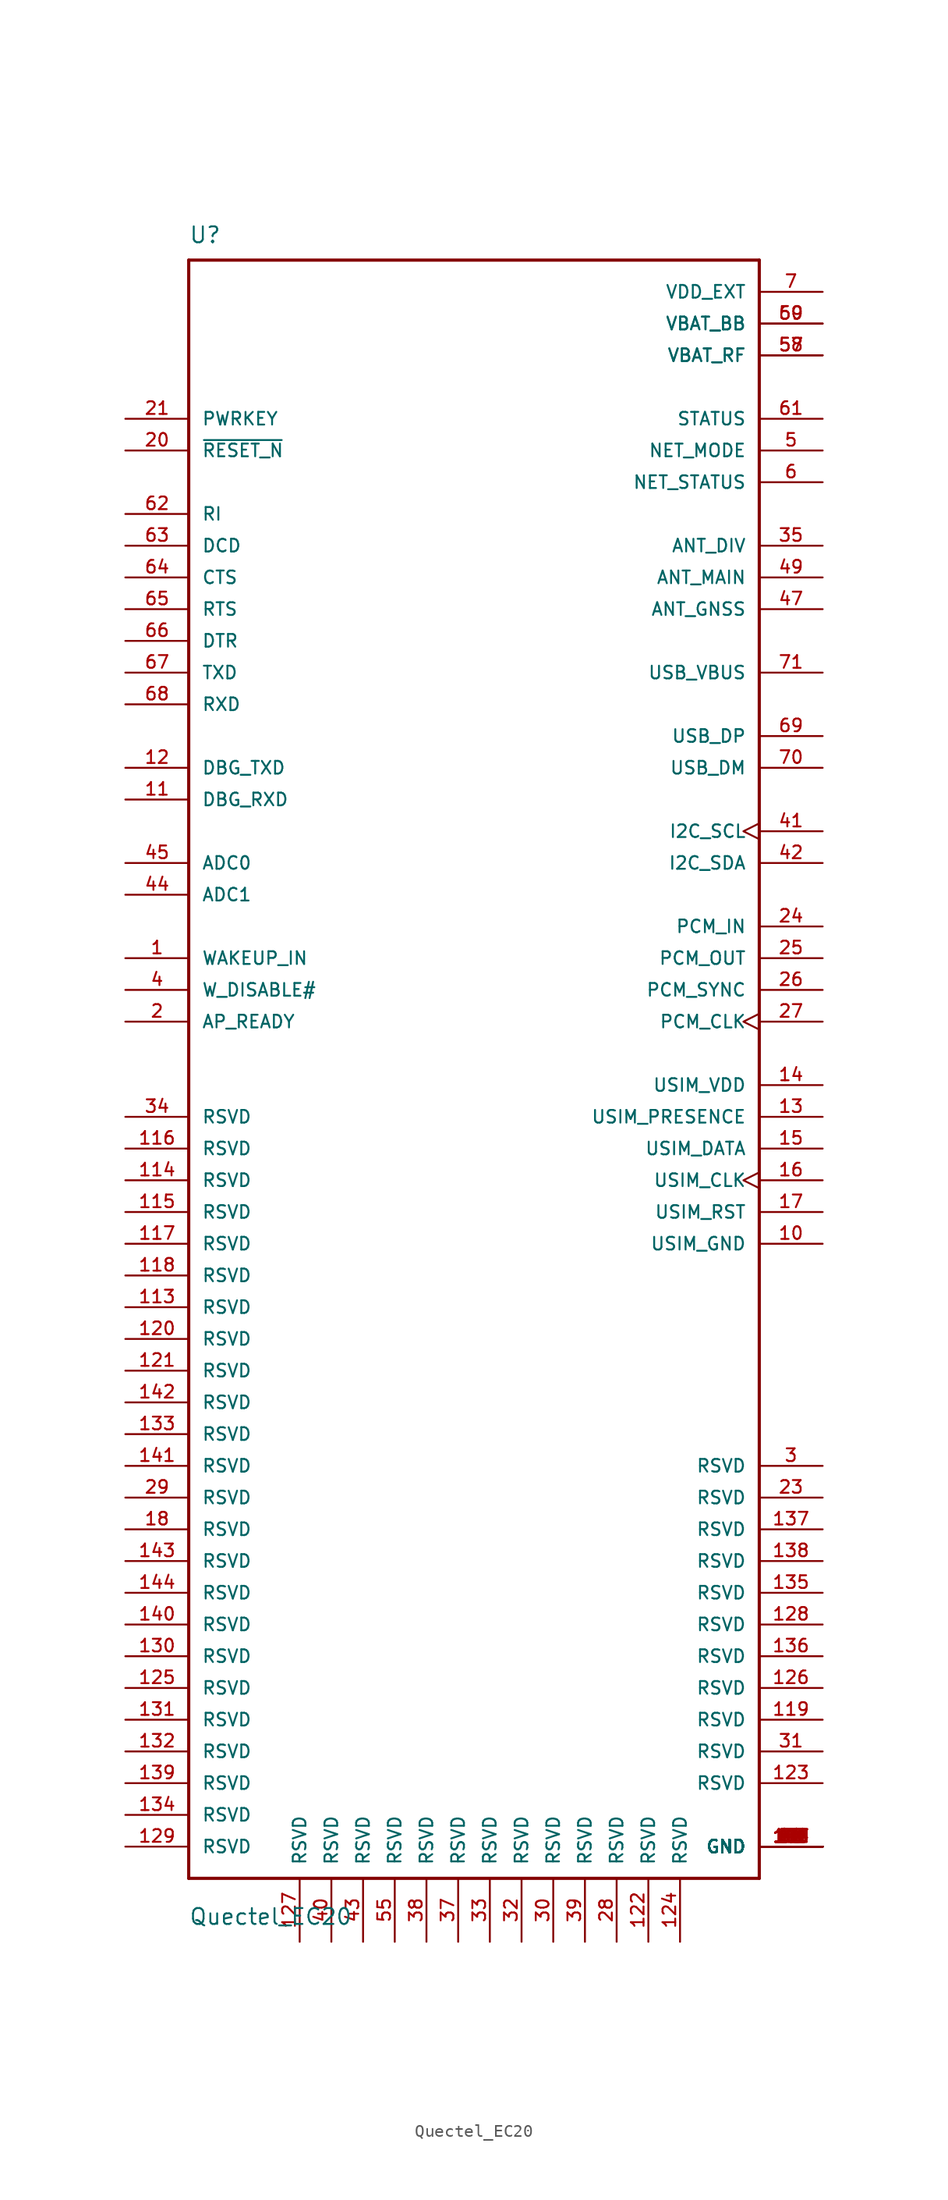
<source format=kicad_sym>
(kicad_symbol_lib
  (version 20211014)
  (generator kicad_symbol_editor)
  (symbol "Quectel_EC20"
    (pin_names
      (offset 1.016))
    (property "Reference" "U"
      (at -22.86 64.77 0)
      (effects (font (size 1.27 1.27)) (justify left bottom)))
    (property "Value" "Quectel_EC20"
      (at -22.86 -69.85 0)
      (effects (font (size 1.27 1.27)) (justify left bottom)))
    (symbol "Quectel_EC20_0_0"
      (polyline (pts (xy -22.86 -66.04) (xy -22.86 63.5)) (stroke (width 0.254) (type default) (color 0 0 0 0)) (fill (type none)))
      (polyline (pts (xy -22.86 63.5) (xy 22.86 63.5)) (stroke (width 0.254) (type default) (color 0 0 0 0)) (fill (type none)))
      (polyline (pts (xy 22.86 -66.04) (xy -22.86 -66.04)) (stroke (width 0.254) (type default) (color 0 0 0 0)) (fill (type none)))
      (polyline (pts (xy 22.86 63.5) (xy 22.86 -66.04)) (stroke (width 0.254) (type default) (color 0 0 0 0)) (fill (type none)))
      (pin input line (at -27.94 7.62 0) (length 5.08) (name "WAKEUP_IN" (effects (font (size 1.016 1.016)))) (number "1" (effects (font (size 1.016 1.016)))))
      (pin power_in line (at 27.94 -15.24 180) (length 5.08) (name "USIM_GND" (effects (font (size 1.016 1.016)))) (number "10" (effects (font (size 1.016 1.016)))))
      (pin power_in line (at 27.94 -63.5 180) (length 5.08) (name "GND" (effects (font (size 1.016 1.016)))) (number "100" (effects (font (size 1.016 1.016)))))
      (pin power_in line (at 27.94 -63.5 180) (length 5.08) (name "GND" (effects (font (size 1.016 1.016)))) (number "101" (effects (font (size 1.016 1.016)))))
      (pin power_in line (at 27.94 -63.5 180) (length 5.08) (name "GND" (effects (font (size 1.016 1.016)))) (number "102" (effects (font (size 1.016 1.016)))))
      (pin power_in line (at 27.94 -63.5 180) (length 5.08) (name "GND" (effects (font (size 1.016 1.016)))) (number "103" (effects (font (size 1.016 1.016)))))
      (pin power_in line (at 27.94 -63.5 180) (length 5.08) (name "GND" (effects (font (size 1.016 1.016)))) (number "104" (effects (font (size 1.016 1.016)))))
      (pin power_in line (at 27.94 -63.5 180) (length 5.08) (name "GND" (effects (font (size 1.016 1.016)))) (number "105" (effects (font (size 1.016 1.016)))))
      (pin power_in line (at 27.94 -63.5 180) (length 5.08) (name "GND" (effects (font (size 1.016 1.016)))) (number "106" (effects (font (size 1.016 1.016)))))
      (pin power_in line (at 27.94 -63.5 180) (length 5.08) (name "GND" (effects (font (size 1.016 1.016)))) (number "107" (effects (font (size 1.016 1.016)))))
      (pin power_in line (at 27.94 -63.5 180) (length 5.08) (name "GND" (effects (font (size 1.016 1.016)))) (number "108" (effects (font (size 1.016 1.016)))))
      (pin power_in line (at 27.94 -63.5 180) (length 5.08) (name "GND" (effects (font (size 1.016 1.016)))) (number "109" (effects (font (size 1.016 1.016)))))
      (pin input line (at -27.94 20.32 0) (length 5.08) (name "DBG_RXD" (effects (font (size 1.016 1.016)))) (number "11" (effects (font (size 1.016 1.016)))))
      (pin power_in line (at 27.94 -63.5 180) (length 5.08) (name "GND" (effects (font (size 1.016 1.016)))) (number "110" (effects (font (size 1.016 1.016)))))
      (pin power_in line (at 27.94 -63.5 180) (length 5.08) (name "GND" (effects (font (size 1.016 1.016)))) (number "111" (effects (font (size 1.016 1.016)))))
      (pin power_in line (at 27.94 -63.5 180) (length 5.08) (name "GND" (effects (font (size 1.016 1.016)))) (number "112" (effects (font (size 1.016 1.016)))))
      (pin passive line (at -27.94 -20.32 0) (length 5.08) (name "RSVD" (effects (font (size 1.016 1.016)))) (number "113" (effects (font (size 1.016 1.016)))))
      (pin passive line (at -27.94 -10.16 0) (length 5.08) (name "RSVD" (effects (font (size 1.016 1.016)))) (number "114" (effects (font (size 1.016 1.016)))))
      (pin passive line (at -27.94 -12.7 0) (length 5.08) (name "RSVD" (effects (font (size 1.016 1.016)))) (number "115" (effects (font (size 1.016 1.016)))))
      (pin passive line (at -27.94 -7.62 0) (length 5.08) (name "RSVD" (effects (font (size 1.016 1.016)))) (number "116" (effects (font (size 1.016 1.016)))))
      (pin passive line (at -27.94 -15.24 0) (length 5.08) (name "RSVD" (effects (font (size 1.016 1.016)))) (number "117" (effects (font (size 1.016 1.016)))))
      (pin passive line (at -27.94 -17.78 0) (length 5.08) (name "RSVD" (effects (font (size 1.016 1.016)))) (number "118" (effects (font (size 1.016 1.016)))))
      (pin passive line (at 27.94 -53.34 180) (length 5.08) (name "RSVD" (effects (font (size 1.016 1.016)))) (number "119" (effects (font (size 1.016 1.016)))))
      (pin output line (at -27.94 22.86 0) (length 5.08) (name "DBG_TXD" (effects (font (size 1.016 1.016)))) (number "12" (effects (font (size 1.016 1.016)))))
      (pin passive line (at -27.94 -22.86 0) (length 5.08) (name "RSVD" (effects (font (size 1.016 1.016)))) (number "120" (effects (font (size 1.016 1.016)))))
      (pin passive line (at -27.94 -25.4 0) (length 5.08) (name "RSVD" (effects (font (size 1.016 1.016)))) (number "121" (effects (font (size 1.016 1.016)))))
      (pin passive line (at 13.97 -71.12 90) (length 5.08) (name "RSVD" (effects (font (size 1.016 1.016)))) (number "122" (effects (font (size 1.016 1.016)))))
      (pin passive line (at 27.94 -58.42 180) (length 5.08) (name "RSVD" (effects (font (size 1.016 1.016)))) (number "123" (effects (font (size 1.016 1.016)))))
      (pin passive line (at 16.51 -71.12 90) (length 5.08) (name "RSVD" (effects (font (size 1.016 1.016)))) (number "124" (effects (font (size 1.016 1.016)))))
      (pin passive line (at -27.94 -50.8 0) (length 5.08) (name "RSVD" (effects (font (size 1.016 1.016)))) (number "125" (effects (font (size 1.016 1.016)))))
      (pin passive line (at 27.94 -50.8 180) (length 5.08) (name "RSVD" (effects (font (size 1.016 1.016)))) (number "126" (effects (font (size 1.016 1.016)))))
      (pin passive line (at -13.97 -71.12 90) (length 5.08) (name "RSVD" (effects (font (size 1.016 1.016)))) (number "127" (effects (font (size 1.016 1.016)))))
      (pin passive line (at 27.94 -45.72 180) (length 5.08) (name "RSVD" (effects (font (size 1.016 1.016)))) (number "128" (effects (font (size 1.016 1.016)))))
      (pin passive line (at -27.94 -63.5 0) (length 5.08) (name "RSVD" (effects (font (size 1.016 1.016)))) (number "129" (effects (font (size 1.016 1.016)))))
      (pin input line (at 27.94 -5.08 180) (length 5.08) (name "USIM_PRESENCE" (effects (font (size 1.016 1.016)))) (number "13" (effects (font (size 1.016 1.016)))))
      (pin passive line (at -27.94 -48.26 0) (length 5.08) (name "RSVD" (effects (font (size 1.016 1.016)))) (number "130" (effects (font (size 1.016 1.016)))))
      (pin passive line (at -27.94 -53.34 0) (length 5.08) (name "RSVD" (effects (font (size 1.016 1.016)))) (number "131" (effects (font (size 1.016 1.016)))))
      (pin passive line (at -27.94 -55.88 0) (length 5.08) (name "RSVD" (effects (font (size 1.016 1.016)))) (number "132" (effects (font (size 1.016 1.016)))))
      (pin passive line (at -27.94 -30.48 0) (length 5.08) (name "RSVD" (effects (font (size 1.016 1.016)))) (number "133" (effects (font (size 1.016 1.016)))))
      (pin passive line (at -27.94 -60.96 0) (length 5.08) (name "RSVD" (effects (font (size 1.016 1.016)))) (number "134" (effects (font (size 1.016 1.016)))))
      (pin passive line (at 27.94 -43.18 180) (length 5.08) (name "RSVD" (effects (font (size 1.016 1.016)))) (number "135" (effects (font (size 1.016 1.016)))))
      (pin passive line (at 27.94 -48.26 180) (length 5.08) (name "RSVD" (effects (font (size 1.016 1.016)))) (number "136" (effects (font (size 1.016 1.016)))))
      (pin passive line (at 27.94 -38.1 180) (length 5.08) (name "RSVD" (effects (font (size 1.016 1.016)))) (number "137" (effects (font (size 1.016 1.016)))))
      (pin passive line (at 27.94 -40.64 180) (length 5.08) (name "RSVD" (effects (font (size 1.016 1.016)))) (number "138" (effects (font (size 1.016 1.016)))))
      (pin passive line (at -27.94 -58.42 0) (length 5.08) (name "RSVD" (effects (font (size 1.016 1.016)))) (number "139" (effects (font (size 1.016 1.016)))))
      (pin power_in line (at 27.94 -2.54 180) (length 5.08) (name "USIM_VDD" (effects (font (size 1.016 1.016)))) (number "14" (effects (font (size 1.016 1.016)))))
      (pin passive line (at -27.94 -45.72 0) (length 5.08) (name "RSVD" (effects (font (size 1.016 1.016)))) (number "140" (effects (font (size 1.016 1.016)))))
      (pin passive line (at -27.94 -33.02 0) (length 5.08) (name "RSVD" (effects (font (size 1.016 1.016)))) (number "141" (effects (font (size 1.016 1.016)))))
      (pin passive line (at -27.94 -27.94 0) (length 5.08) (name "RSVD" (effects (font (size 1.016 1.016)))) (number "142" (effects (font (size 1.016 1.016)))))
      (pin passive line (at -27.94 -40.64 0) (length 5.08) (name "RSVD" (effects (font (size 1.016 1.016)))) (number "143" (effects (font (size 1.016 1.016)))))
      (pin passive line (at -27.94 -43.18 0) (length 5.08) (name "RSVD" (effects (font (size 1.016 1.016)))) (number "144" (effects (font (size 1.016 1.016)))))
      (pin bidirectional line (at 27.94 -7.62 180) (length 5.08) (name "USIM_DATA" (effects (font (size 1.016 1.016)))) (number "15" (effects (font (size 1.016 1.016)))))
      (pin output clock (at 27.94 -10.16 180) (length 5.08) (name "USIM_CLK" (effects (font (size 1.016 1.016)))) (number "16" (effects (font (size 1.016 1.016)))))
      (pin output line (at 27.94 -12.7 180) (length 5.08) (name "USIM_RST" (effects (font (size 1.016 1.016)))) (number "17" (effects (font (size 1.016 1.016)))))
      (pin passive line (at -27.94 -38.1 0) (length 5.08) (name "RSVD" (effects (font (size 1.016 1.016)))) (number "18" (effects (font (size 1.016 1.016)))))
      (pin power_in line (at 27.94 -63.5 180) (length 5.08) (name "GND" (effects (font (size 1.016 1.016)))) (number "19" (effects (font (size 1.016 1.016)))))
      (pin input line (at -27.94 2.54 0) (length 5.08) (name "AP_READY" (effects (font (size 1.016 1.016)))) (number "2" (effects (font (size 1.016 1.016)))))
      (pin input line (at -27.94 48.26 0) (length 5.08) (name "~{RESET_N}" (effects (font (size 1.016 1.016)))) (number "20" (effects (font (size 1.016 1.016)))))
      (pin input line (at -27.94 50.8 0) (length 5.08) (name "PWRKEY" (effects (font (size 1.016 1.016)))) (number "21" (effects (font (size 1.016 1.016)))))
      (pin power_in line (at 27.94 -63.5 180) (length 5.08) (name "GND" (effects (font (size 1.016 1.016)))) (number "22" (effects (font (size 1.016 1.016)))))
      (pin passive line (at 27.94 -35.56 180) (length 5.08) (name "RSVD" (effects (font (size 1.016 1.016)))) (number "23" (effects (font (size 1.016 1.016)))))
      (pin input line (at 27.94 10.16 180) (length 5.08) (name "PCM_IN" (effects (font (size 1.016 1.016)))) (number "24" (effects (font (size 1.016 1.016)))))
      (pin output line (at 27.94 7.62 180) (length 5.08) (name "PCM_OUT" (effects (font (size 1.016 1.016)))) (number "25" (effects (font (size 1.016 1.016)))))
      (pin bidirectional line (at 27.94 5.08 180) (length 5.08) (name "PCM_SYNC" (effects (font (size 1.016 1.016)))) (number "26" (effects (font (size 1.016 1.016)))))
      (pin bidirectional clock (at 27.94 2.54 180) (length 5.08) (name "PCM_CLK" (effects (font (size 1.016 1.016)))) (number "27" (effects (font (size 1.016 1.016)))))
      (pin passive line (at 11.43 -71.12 90) (length 5.08) (name "RSVD" (effects (font (size 1.016 1.016)))) (number "28" (effects (font (size 1.016 1.016)))))
      (pin passive line (at -27.94 -35.56 0) (length 5.08) (name "RSVD" (effects (font (size 1.016 1.016)))) (number "29" (effects (font (size 1.016 1.016)))))
      (pin passive line (at 27.94 -33.02 180) (length 5.08) (name "RSVD" (effects (font (size 1.016 1.016)))) (number "3" (effects (font (size 1.016 1.016)))))
      (pin passive line (at 6.35 -71.12 90) (length 5.08) (name "RSVD" (effects (font (size 1.016 1.016)))) (number "30" (effects (font (size 1.016 1.016)))))
      (pin passive line (at 27.94 -55.88 180) (length 5.08) (name "RSVD" (effects (font (size 1.016 1.016)))) (number "31" (effects (font (size 1.016 1.016)))))
      (pin passive line (at 3.81 -71.12 90) (length 5.08) (name "RSVD" (effects (font (size 1.016 1.016)))) (number "32" (effects (font (size 1.016 1.016)))))
      (pin passive line (at 1.27 -71.12 90) (length 5.08) (name "RSVD" (effects (font (size 1.016 1.016)))) (number "33" (effects (font (size 1.016 1.016)))))
      (pin power_in line (at -27.94 -5.08 0) (length 5.08) (name "RSVD" (effects (font (size 1.016 1.016)))) (number "34" (effects (font (size 1.016 1.016)))))
      (pin input line (at 27.94 40.64 180) (length 5.08) (name "ANT_DIV" (effects (font (size 1.016 1.016)))) (number "35" (effects (font (size 1.016 1.016)))))
      (pin power_in line (at 27.94 -63.5 180) (length 5.08) (name "GND" (effects (font (size 1.016 1.016)))) (number "36" (effects (font (size 1.016 1.016)))))
      (pin passive line (at -1.27 -71.12 90) (length 5.08) (name "RSVD" (effects (font (size 1.016 1.016)))) (number "37" (effects (font (size 1.016 1.016)))))
      (pin passive line (at -3.81 -71.12 90) (length 5.08) (name "RSVD" (effects (font (size 1.016 1.016)))) (number "38" (effects (font (size 1.016 1.016)))))
      (pin passive line (at 8.89 -71.12 90) (length 5.08) (name "RSVD" (effects (font (size 1.016 1.016)))) (number "39" (effects (font (size 1.016 1.016)))))
      (pin input line (at -27.94 5.08 0) (length 5.08) (name "W_DISABLE#" (effects (font (size 1.016 1.016)))) (number "4" (effects (font (size 1.016 1.016)))))
      (pin passive line (at -11.43 -71.12 90) (length 5.08) (name "RSVD" (effects (font (size 1.016 1.016)))) (number "40" (effects (font (size 1.016 1.016)))))
      (pin output clock (at 27.94 17.78 180) (length 5.08) (name "I2C_SCL" (effects (font (size 1.016 1.016)))) (number "41" (effects (font (size 1.016 1.016)))))
      (pin output line (at 27.94 15.24 180) (length 5.08) (name "I2C_SDA" (effects (font (size 1.016 1.016)))) (number "42" (effects (font (size 1.016 1.016)))))
      (pin passive line (at -8.89 -71.12 90) (length 5.08) (name "RSVD" (effects (font (size 1.016 1.016)))) (number "43" (effects (font (size 1.016 1.016)))))
      (pin input line (at -27.94 12.7 0) (length 5.08) (name "ADC1" (effects (font (size 1.016 1.016)))) (number "44" (effects (font (size 1.016 1.016)))))
      (pin input line (at -27.94 15.24 0) (length 5.08) (name "ADC0" (effects (font (size 1.016 1.016)))) (number "45" (effects (font (size 1.016 1.016)))))
      (pin power_in line (at 27.94 -63.5 180) (length 5.08) (name "GND" (effects (font (size 1.016 1.016)))) (number "46" (effects (font (size 1.016 1.016)))))
      (pin input line (at 27.94 35.56 180) (length 5.08) (name "ANT_GNSS" (effects (font (size 1.016 1.016)))) (number "47" (effects (font (size 1.016 1.016)))))
      (pin power_in line (at 27.94 -63.5 180) (length 5.08) (name "GND" (effects (font (size 1.016 1.016)))) (number "48" (effects (font (size 1.016 1.016)))))
      (pin bidirectional line (at 27.94 38.1 180) (length 5.08) (name "ANT_MAIN" (effects (font (size 1.016 1.016)))) (number "49" (effects (font (size 1.016 1.016)))))
      (pin output line (at 27.94 48.26 180) (length 5.08) (name "NET_MODE" (effects (font (size 1.016 1.016)))) (number "5" (effects (font (size 1.016 1.016)))))
      (pin power_in line (at 27.94 -63.5 180) (length 5.08) (name "GND" (effects (font (size 1.016 1.016)))) (number "50" (effects (font (size 1.016 1.016)))))
      (pin power_in line (at 27.94 -63.5 180) (length 5.08) (name "GND" (effects (font (size 1.016 1.016)))) (number "51" (effects (font (size 1.016 1.016)))))
      (pin power_in line (at 27.94 -63.5 180) (length 5.08) (name "GND" (effects (font (size 1.016 1.016)))) (number "52" (effects (font (size 1.016 1.016)))))
      (pin power_in line (at 27.94 -63.5 180) (length 5.08) (name "GND" (effects (font (size 1.016 1.016)))) (number "53" (effects (font (size 1.016 1.016)))))
      (pin power_in line (at 27.94 -63.5 180) (length 5.08) (name "GND" (effects (font (size 1.016 1.016)))) (number "54" (effects (font (size 1.016 1.016)))))
      (pin passive line (at -6.35 -71.12 90) (length 5.08) (name "RSVD" (effects (font (size 1.016 1.016)))) (number "55" (effects (font (size 1.016 1.016)))))
      (pin power_in line (at 27.94 -63.5 180) (length 5.08) (name "GND" (effects (font (size 1.016 1.016)))) (number "56" (effects (font (size 1.016 1.016)))))
      (pin power_in line (at 27.94 55.88 180) (length 5.08) (name "VBAT_RF" (effects (font (size 1.016 1.016)))) (number "57" (effects (font (size 1.016 1.016)))))
      (pin power_in line (at 27.94 55.88 180) (length 5.08) (name "VBAT_RF" (effects (font (size 1.016 1.016)))) (number "58" (effects (font (size 1.016 1.016)))))
      (pin power_in line (at 27.94 58.42 180) (length 5.08) (name "VBAT_BB" (effects (font (size 1.016 1.016)))) (number "59" (effects (font (size 1.016 1.016)))))
      (pin output line (at 27.94 45.72 180) (length 5.08) (name "NET_STATUS" (effects (font (size 1.016 1.016)))) (number "6" (effects (font (size 1.016 1.016)))))
      (pin power_in line (at 27.94 58.42 180) (length 5.08) (name "VBAT_BB" (effects (font (size 1.016 1.016)))) (number "60" (effects (font (size 1.016 1.016)))))
      (pin output line (at 27.94 50.8 180) (length 5.08) (name "STATUS" (effects (font (size 1.016 1.016)))) (number "61" (effects (font (size 1.016 1.016)))))
      (pin output line (at -27.94 43.18 0) (length 5.08) (name "RI" (effects (font (size 1.016 1.016)))) (number "62" (effects (font (size 1.016 1.016)))))
      (pin output line (at -27.94 40.64 0) (length 5.08) (name "DCD" (effects (font (size 1.016 1.016)))) (number "63" (effects (font (size 1.016 1.016)))))
      (pin output line (at -27.94 38.1 0) (length 5.08) (name "CTS" (effects (font (size 1.016 1.016)))) (number "64" (effects (font (size 1.016 1.016)))))
      (pin input line (at -27.94 35.56 0) (length 5.08) (name "RTS" (effects (font (size 1.016 1.016)))) (number "65" (effects (font (size 1.016 1.016)))))
      (pin input line (at -27.94 33.02 0) (length 5.08) (name "DTR" (effects (font (size 1.016 1.016)))) (number "66" (effects (font (size 1.016 1.016)))))
      (pin output line (at -27.94 30.48 0) (length 5.08) (name "TXD" (effects (font (size 1.016 1.016)))) (number "67" (effects (font (size 1.016 1.016)))))
      (pin input line (at -27.94 27.94 0) (length 5.08) (name "RXD" (effects (font (size 1.016 1.016)))) (number "68" (effects (font (size 1.016 1.016)))))
      (pin bidirectional line (at 27.94 25.4 180) (length 5.08) (name "USB_DP" (effects (font (size 1.016 1.016)))) (number "69" (effects (font (size 1.016 1.016)))))
      (pin power_in line (at 27.94 60.96 180) (length 5.08) (name "VDD_EXT" (effects (font (size 1.016 1.016)))) (number "7" (effects (font (size 1.016 1.016)))))
      (pin bidirectional line (at 27.94 22.86 180) (length 5.08) (name "USB_DM" (effects (font (size 1.016 1.016)))) (number "70" (effects (font (size 1.016 1.016)))))
      (pin input line (at 27.94 30.48 180) (length 5.08) (name "USB_VBUS" (effects (font (size 1.016 1.016)))) (number "71" (effects (font (size 1.016 1.016)))))
      (pin power_in line (at 27.94 -63.5 180) (length 5.08) (name "GND" (effects (font (size 1.016 1.016)))) (number "72" (effects (font (size 1.016 1.016)))))
      (pin power_in line (at 27.94 -63.5 180) (length 5.08) (name "GND" (effects (font (size 1.016 1.016)))) (number "8" (effects (font (size 1.016 1.016)))))
      (pin power_in line (at 27.94 -63.5 180) (length 5.08) (name "GND" (effects (font (size 1.016 1.016)))) (number "85" (effects (font (size 1.016 1.016)))))
      (pin power_in line (at 27.94 -63.5 180) (length 5.08) (name "GND" (effects (font (size 1.016 1.016)))) (number "86" (effects (font (size 1.016 1.016)))))
      (pin power_in line (at 27.94 -63.5 180) (length 5.08) (name "GND" (effects (font (size 1.016 1.016)))) (number "87" (effects (font (size 1.016 1.016)))))
      (pin power_in line (at 27.94 -63.5 180) (length 5.08) (name "GND" (effects (font (size 1.016 1.016)))) (number "88" (effects (font (size 1.016 1.016)))))
      (pin power_in line (at 27.94 -63.5 180) (length 5.08) (name "GND" (effects (font (size 1.016 1.016)))) (number "89" (effects (font (size 1.016 1.016)))))
      (pin power_in line (at 27.94 -63.5 180) (length 5.08) (name "GND" (effects (font (size 1.016 1.016)))) (number "9" (effects (font (size 1.016 1.016)))))
      (pin power_in line (at 27.94 -63.5 180) (length 5.08) (name "GND" (effects (font (size 1.016 1.016)))) (number "90" (effects (font (size 1.016 1.016)))))
      (pin power_in line (at 27.94 -63.5 180) (length 5.08) (name "GND" (effects (font (size 1.016 1.016)))) (number "91" (effects (font (size 1.016 1.016)))))
      (pin power_in line (at 27.94 -63.5 180) (length 5.08) (name "GND" (effects (font (size 1.016 1.016)))) (number "92" (effects (font (size 1.016 1.016)))))
      (pin power_in line (at 27.94 -63.5 180) (length 5.08) (name "GND" (effects (font (size 1.016 1.016)))) (number "93" (effects (font (size 1.016 1.016)))))
      (pin power_in line (at 27.94 -63.5 180) (length 5.08) (name "GND" (effects (font (size 1.016 1.016)))) (number "94" (effects (font (size 1.016 1.016)))))
      (pin power_in line (at 27.94 -63.5 180) (length 5.08) (name "GND" (effects (font (size 1.016 1.016)))) (number "95" (effects (font (size 1.016 1.016)))))
      (pin power_in line (at 27.94 -63.5 180) (length 5.08) (name "GND" (effects (font (size 1.016 1.016)))) (number "96" (effects (font (size 1.016 1.016)))))
      (pin power_in line (at 27.94 -63.5 180) (length 5.08) (name "GND" (effects (font (size 1.016 1.016)))) (number "97" (effects (font (size 1.016 1.016)))))
      (pin power_in line (at 27.94 -63.5 180) (length 5.08) (name "GND" (effects (font (size 1.016 1.016)))) (number "98" (effects (font (size 1.016 1.016)))))
      (pin power_in line (at 27.94 -63.5 180) (length 5.08) (name "GND" (effects (font (size 1.016 1.016)))) (number "99" (effects (font (size 1.016 1.016))))))))
</source>
